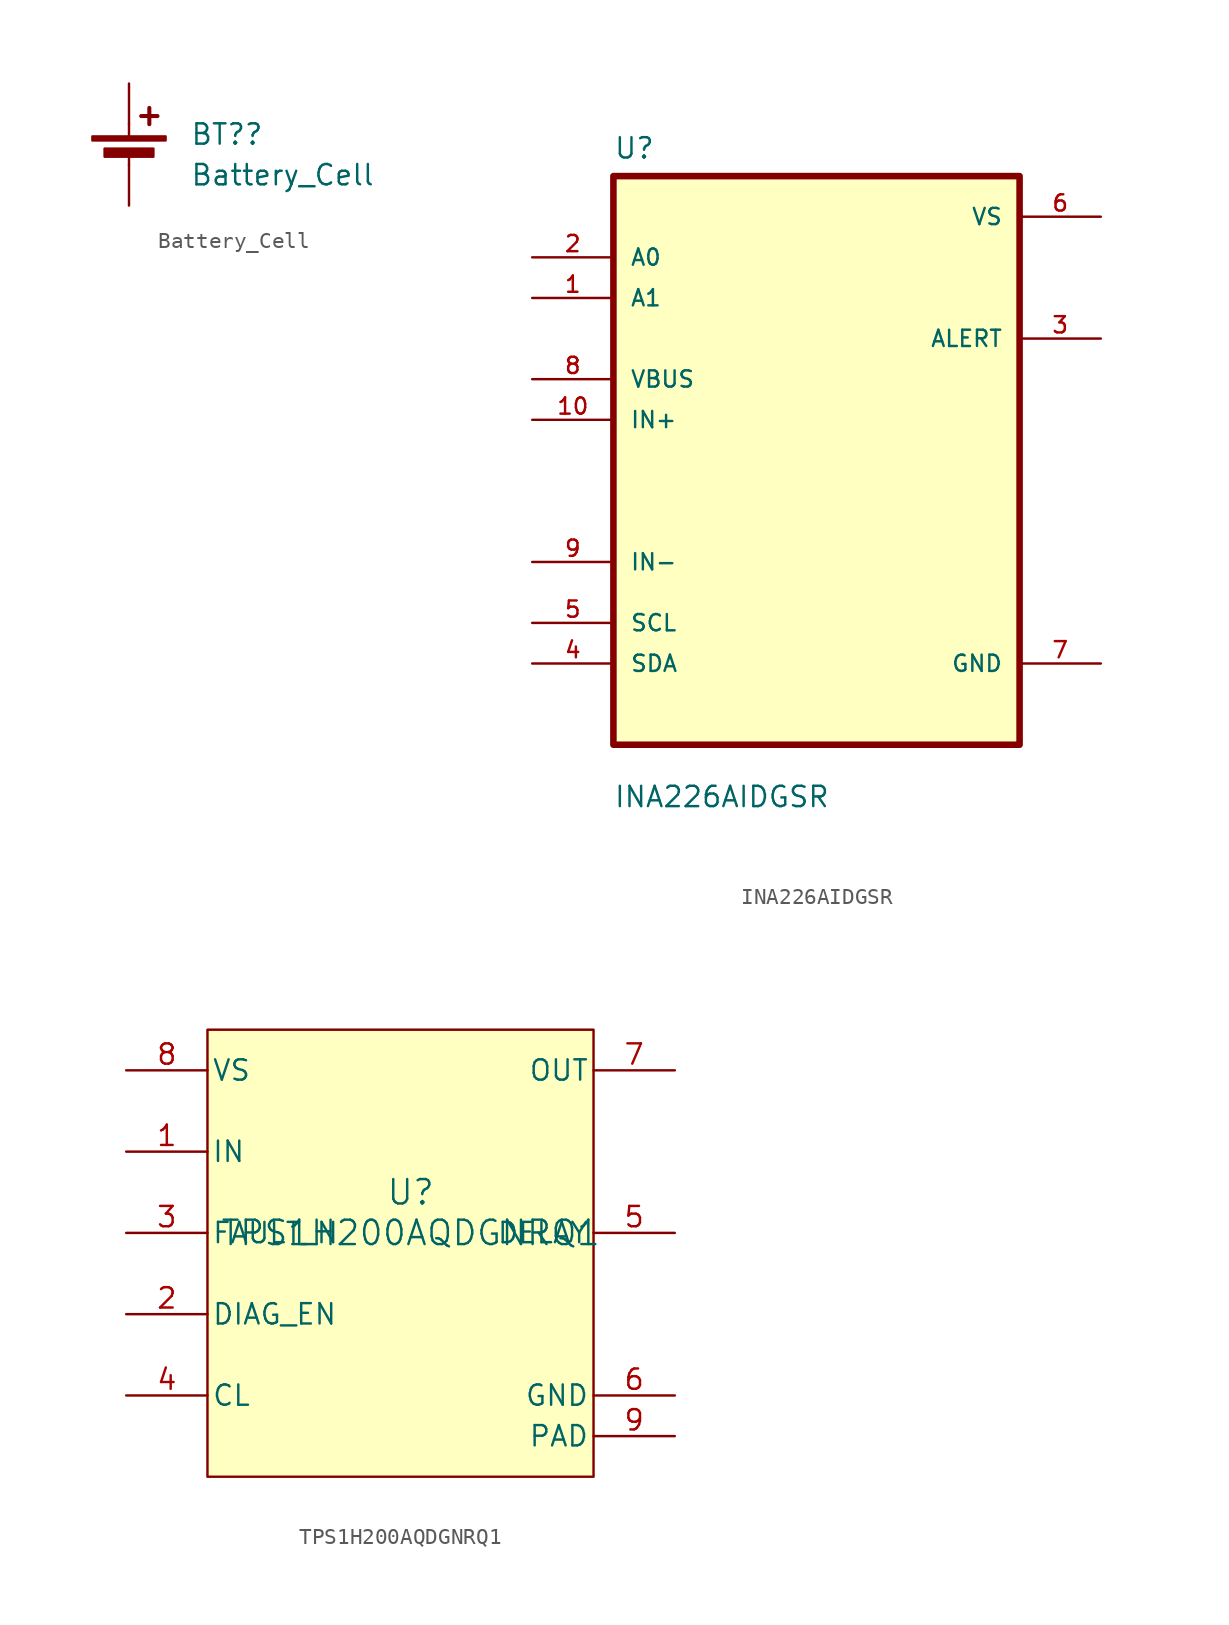
<source format=kicad_sym>
(kicad_symbol_lib
  (version 20231120)
  (generator "kicad_symbol_editor")
  (generator_version "8.0")
  (symbol "Battery_Cell"
    (pin_numbers hide)
    (pin_names
      (offset 0) hide)
    (property "Reference" "BT?"
      (at 3.81 1.905 0)
      (effects (font (size 1.27 1.27)) (justify left)))
    (property "Value" "Battery_Cell"
      (at 3.81 -0.635 0)
      (effects (font (size 1.27 1.27)) (justify left)))
    (symbol "Battery_Cell_0_1"
      (rectangle (start -2.286 1.778) (end 2.286 1.524) (stroke (width 0) (type default)) (fill (type outline)))
      (rectangle (start -1.524 1.016) (end 1.524 0.508) (stroke (width 0) (type default)) (fill (type outline)))
      (polyline (pts (xy 0 0.762) (xy 0 0)) (stroke (width 0) (type default)) (fill (type none)))
      (polyline (pts (xy 0 1.778) (xy 0 2.54)) (stroke (width 0) (type default)) (fill (type none)))
      (polyline (pts (xy 0.762 3.048) (xy 1.778 3.048)) (stroke (width 0.254) (type default)) (fill (type none)))
      (polyline (pts (xy 1.27 3.556) (xy 1.27 2.54)) (stroke (width 0.254) (type default)) (fill (type none))))
    (symbol "Battery_Cell_1_1"
      (pin passive line (at 0 5.08 270) (length 2.54) (name "+" (effects (font (size 1.27 1.27)))) (number "1" (effects (font (size 1.27 1.27)))))
      (pin passive line (at 0 -2.54 90) (length 2.54) (name "-" (effects (font (size 1.27 1.27)))) (number "2" (effects (font (size 1.27 1.27)))))))
  (symbol "INA226AIDGSR"
    (pin_names
      (offset 1.016))
    (property "Reference" "U"
      (at -12.7 18.78 0)
      (effects (font (size 1.27 1.27)) (justify left bottom)))
    (property "Value" "INA226AIDGSR"
      (at -12.7 -21.78 0)
      (effects (font (size 1.27 1.27)) (justify left bottom)))
    (symbol "INA226AIDGSR_0_0"
      (rectangle (start -12.7 17.78) (end 12.7 -17.78) (stroke (width 0.41) (type default)) (fill (type background)))
      (pin input line (at -17.78 10.16 0) (length 5.08) (name "A1" (effects (font (size 1.016 1.016)))) (number "1" (effects (font (size 1.016 1.016)))))
      (pin input line (at -17.78 12.7 0) (length 5.08) (name "A0" (effects (font (size 1.016 1.016)))) (number "2" (effects (font (size 1.016 1.016)))))
      (pin bidirectional line (at -17.78 -12.7 0) (length 5.08) (name "SDA" (effects (font (size 1.016 1.016)))) (number "4" (effects (font (size 1.016 1.016)))))
      (pin input line (at -17.78 -10.16 0) (length 5.08) (name "SCL" (effects (font (size 1.016 1.016)))) (number "5" (effects (font (size 1.016 1.016)))))
      (pin power_in line (at 17.78 15.24 180) (length 5.08) (name "VS" (effects (font (size 1.016 1.016)))) (number "6" (effects (font (size 1.016 1.016)))))
      (pin power_in line (at 17.78 -12.7 180) (length 5.08) (name "GND" (effects (font (size 1.016 1.016)))) (number "7" (effects (font (size 1.016 1.016)))))
      (pin power_in line (at -17.78 5.08 0) (length 5.08) (name "VBUS" (effects (font (size 1.016 1.016)))) (number "8" (effects (font (size 1.016 1.016))))))
    (symbol "INA226AIDGSR_1_0"
      (pin power_in line (at -17.78 2.54 0) (length 5.08) (name "IN+" (effects (font (size 1.016 1.016)))) (number "10" (effects (font (size 1.016 1.016)))))
      (pin passive line (at 17.78 7.62 180) (length 5.08) (name "ALERT" (effects (font (size 1.016 1.016)))) (number "3" (effects (font (size 1.016 1.016)))))
      (pin power_out line (at -17.78 -6.35 0) (length 5.08) (name "IN-" (effects (font (size 1.016 1.016)))) (number "9" (effects (font (size 1.016 1.016)))))))
  (symbol "TPS1H200AQDGNRQ1"
    (pin_names
      (offset 0.254))
    (property "Reference" "U"
      (at 0 2.54 0)
      (effects (font (size 1.524 1.524))))
    (property "Value" "TPS1H200AQDGNRQ1"
      (at 0 0 0)
      (effects (font (size 1.524 1.524))))
    (property "ki_locked" ""
      (at 0 0 0)
      (effects (font (size 1.27 1.27))))
    (symbol "TPS1H200AQDGNRQ1_0_1"
      (pin input line (at -17.78 5.08 0) (length 5.08) (name "IN" (effects (font (size 1.27 1.27)))) (number "1" (effects (font (size 1.27 1.27)))))
      (pin input line (at -17.78 -5.08 0) (length 5.08) (name "DIAG_EN" (effects (font (size 1.27 1.27)))) (number "2" (effects (font (size 1.27 1.27)))))
      (pin open_collector line (at -17.78 0 0) (length 5.08) (name "FAULT_N" (effects (font (size 1.27 1.27)))) (number "3" (effects (font (size 1.27 1.27)))))
      (pin input line (at -17.78 -10.16 0) (length 5.08) (name "CL" (effects (font (size 1.27 1.27)))) (number "4" (effects (font (size 1.27 1.27)))))
      (pin bidirectional line (at 16.51 0 180) (length 5.08) (name "DELAY" (effects (font (size 1.27 1.27)))) (number "5" (effects (font (size 1.27 1.27)))))
      (pin power_in line (at 16.51 -10.16 180) (length 5.08) (name "GND" (effects (font (size 1.27 1.27)))) (number "6" (effects (font (size 1.27 1.27)))))
      (pin power_in line (at 16.51 10.16 180) (length 5.08) (name "OUT" (effects (font (size 1.27 1.27)))) (number "7" (effects (font (size 1.27 1.27)))))
      (pin power_in line (at -17.78 10.16 0) (length 5.08) (name "VS" (effects (font (size 1.27 1.27)))) (number "8" (effects (font (size 1.27 1.27))))))
    (symbol "TPS1H200AQDGNRQ1_1_1"
      (rectangle (start -12.7 12.7) (end 11.43 -15.24) (stroke (width 0) (type default)) (fill (type background)))
      (pin passive line (at 16.51 -12.7 180) (length 5.08) (name "PAD" (effects (font (size 1.27 1.27)))) (number "9" (effects (font (size 1.27 1.27))))))))
</source>
